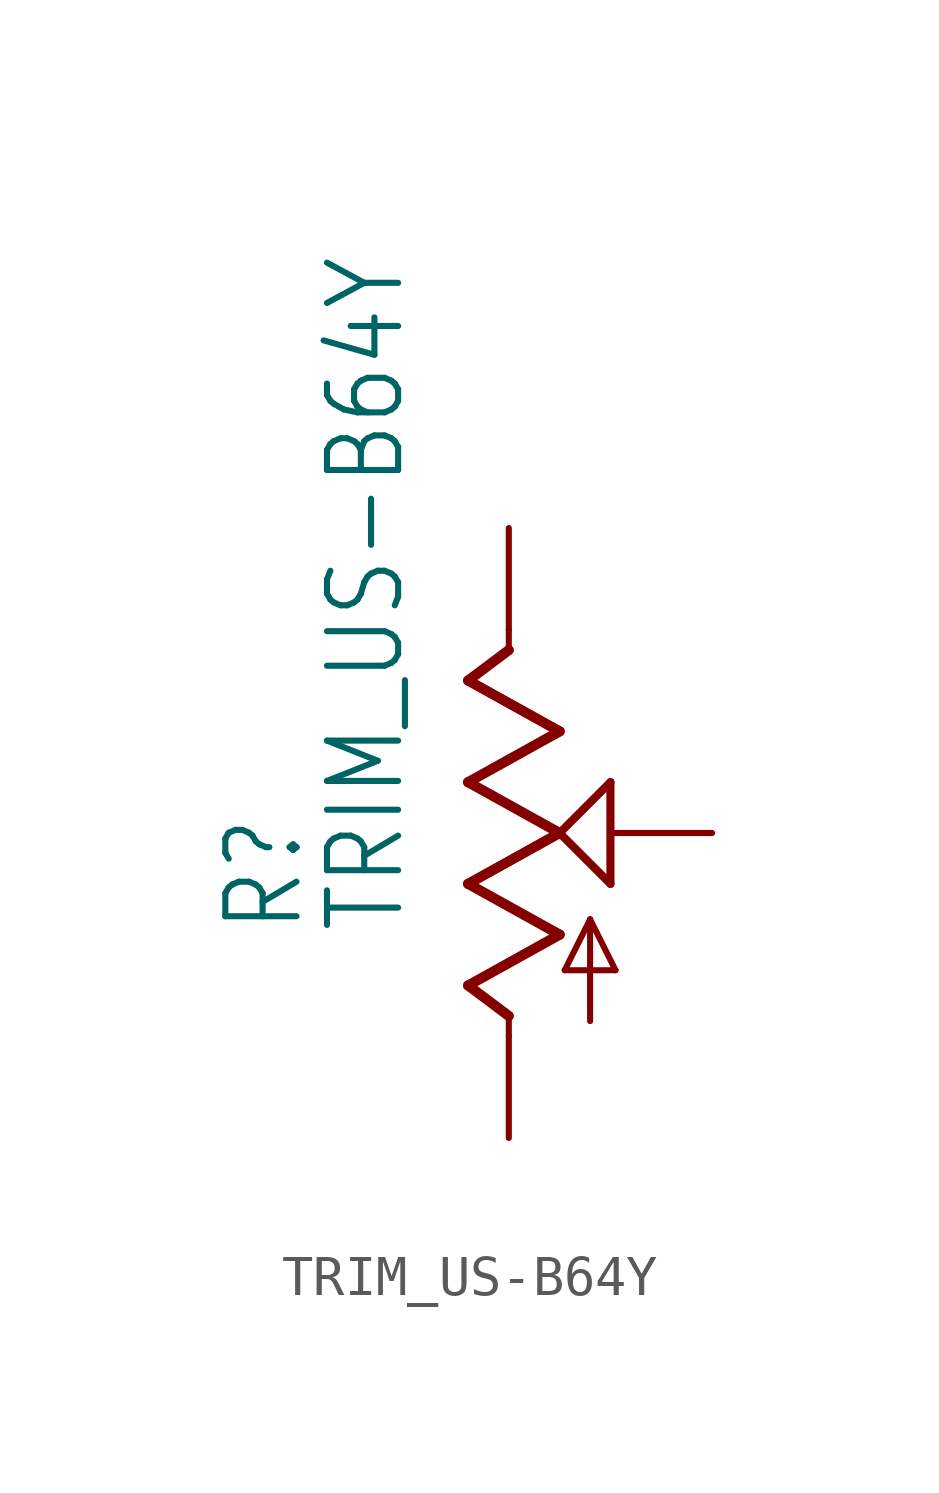
<source format=kicad_sym>
(kicad_symbol_lib
  (version 20211014)
  (generator kicad_symbol_editor)
  (symbol "TRIM_US-B64Y"
    (property "Reference" "R"
      (at -5.08 -2.54 90)
      (effects (font (size 1.778 1.511)) (justify left bottom)))
    (property "Value" "TRIM_US-B64Y"
      (at -2.54 -2.54 90)
      (effects (font (size 1.778 1.511)) (justify left bottom)))
    (property "ki_locked" ""
      (at 0 0 0)
      (effects (font (size 1.27 1.27))))
    (symbol "TRIM_US-B64Y_1_0"
      (polyline (pts (xy -1.016 -3.81) (xy 1.27 -2.54)) (stroke (width 0.254) (type default) (color 0 0 0 0)) (fill (type none)))
      (polyline (pts (xy -1.016 -1.27) (xy 1.27 0)) (stroke (width 0.254) (type default) (color 0 0 0 0)) (fill (type none)))
      (polyline (pts (xy -1.016 1.27) (xy 1.27 2.54)) (stroke (width 0.254) (type default) (color 0 0 0 0)) (fill (type none)))
      (polyline (pts (xy -1.016 3.81) (xy 0 4.572)) (stroke (width 0.254) (type default) (color 0 0 0 0)) (fill (type none)))
      (polyline (pts (xy 0 -5.08) (xy 0 -4.572)) (stroke (width 0.152) (type default) (color 0 0 0 0)) (fill (type none)))
      (polyline (pts (xy 0 -4.572) (xy -1.016 -3.81)) (stroke (width 0.254) (type default) (color 0 0 0 0)) (fill (type none)))
      (polyline (pts (xy 0 4.572) (xy 0 5.08)) (stroke (width 0.152) (type default) (color 0 0 0 0)) (fill (type none)))
      (polyline (pts (xy 1.27 -2.54) (xy -1.016 -1.27)) (stroke (width 0.254) (type default) (color 0 0 0 0)) (fill (type none)))
      (polyline (pts (xy 1.27 0) (xy -1.016 1.27)) (stroke (width 0.254) (type default) (color 0 0 0 0)) (fill (type none)))
      (polyline (pts (xy 1.27 0) (xy 2.54 1.27)) (stroke (width 0.203) (type default) (color 0 0 0 0)) (fill (type none)))
      (polyline (pts (xy 1.27 2.54) (xy -1.016 3.81)) (stroke (width 0.254) (type default) (color 0 0 0 0)) (fill (type none)))
      (polyline (pts (xy 1.397 -3.429) (xy 2.032 -2.159)) (stroke (width 0.152) (type default) (color 0 0 0 0)) (fill (type none)))
      (polyline (pts (xy 2.032 -4.699) (xy 2.032 -2.159)) (stroke (width 0.152) (type default) (color 0 0 0 0)) (fill (type none)))
      (polyline (pts (xy 2.032 -2.159) (xy 2.667 -3.429)) (stroke (width 0.152) (type default) (color 0 0 0 0)) (fill (type none)))
      (polyline (pts (xy 2.54 -1.27) (xy 1.27 0)) (stroke (width 0.203) (type default) (color 0 0 0 0)) (fill (type none)))
      (polyline (pts (xy 2.54 1.27) (xy 2.54 -1.27)) (stroke (width 0.203) (type default) (color 0 0 0 0)) (fill (type none)))
      (polyline (pts (xy 2.667 -3.429) (xy 1.397 -3.429)) (stroke (width 0.152) (type default) (color 0 0 0 0)) (fill (type none)))
      (pin passive line (at 0 -7.62 90) (length 2.54) (name "A" (effects (font (size 0 0)))) (number "A" (effects (font (size 0 0)))))
      (pin passive line (at 0 7.62 270) (length 2.54) (name "E" (effects (font (size 0 0)))) (number "E" (effects (font (size 0 0)))))
      (pin passive line (at 5.08 0 180) (length 2.54) (name "S" (effects (font (size 0 0)))) (number "S" (effects (font (size 0 0))))))))
</source>
